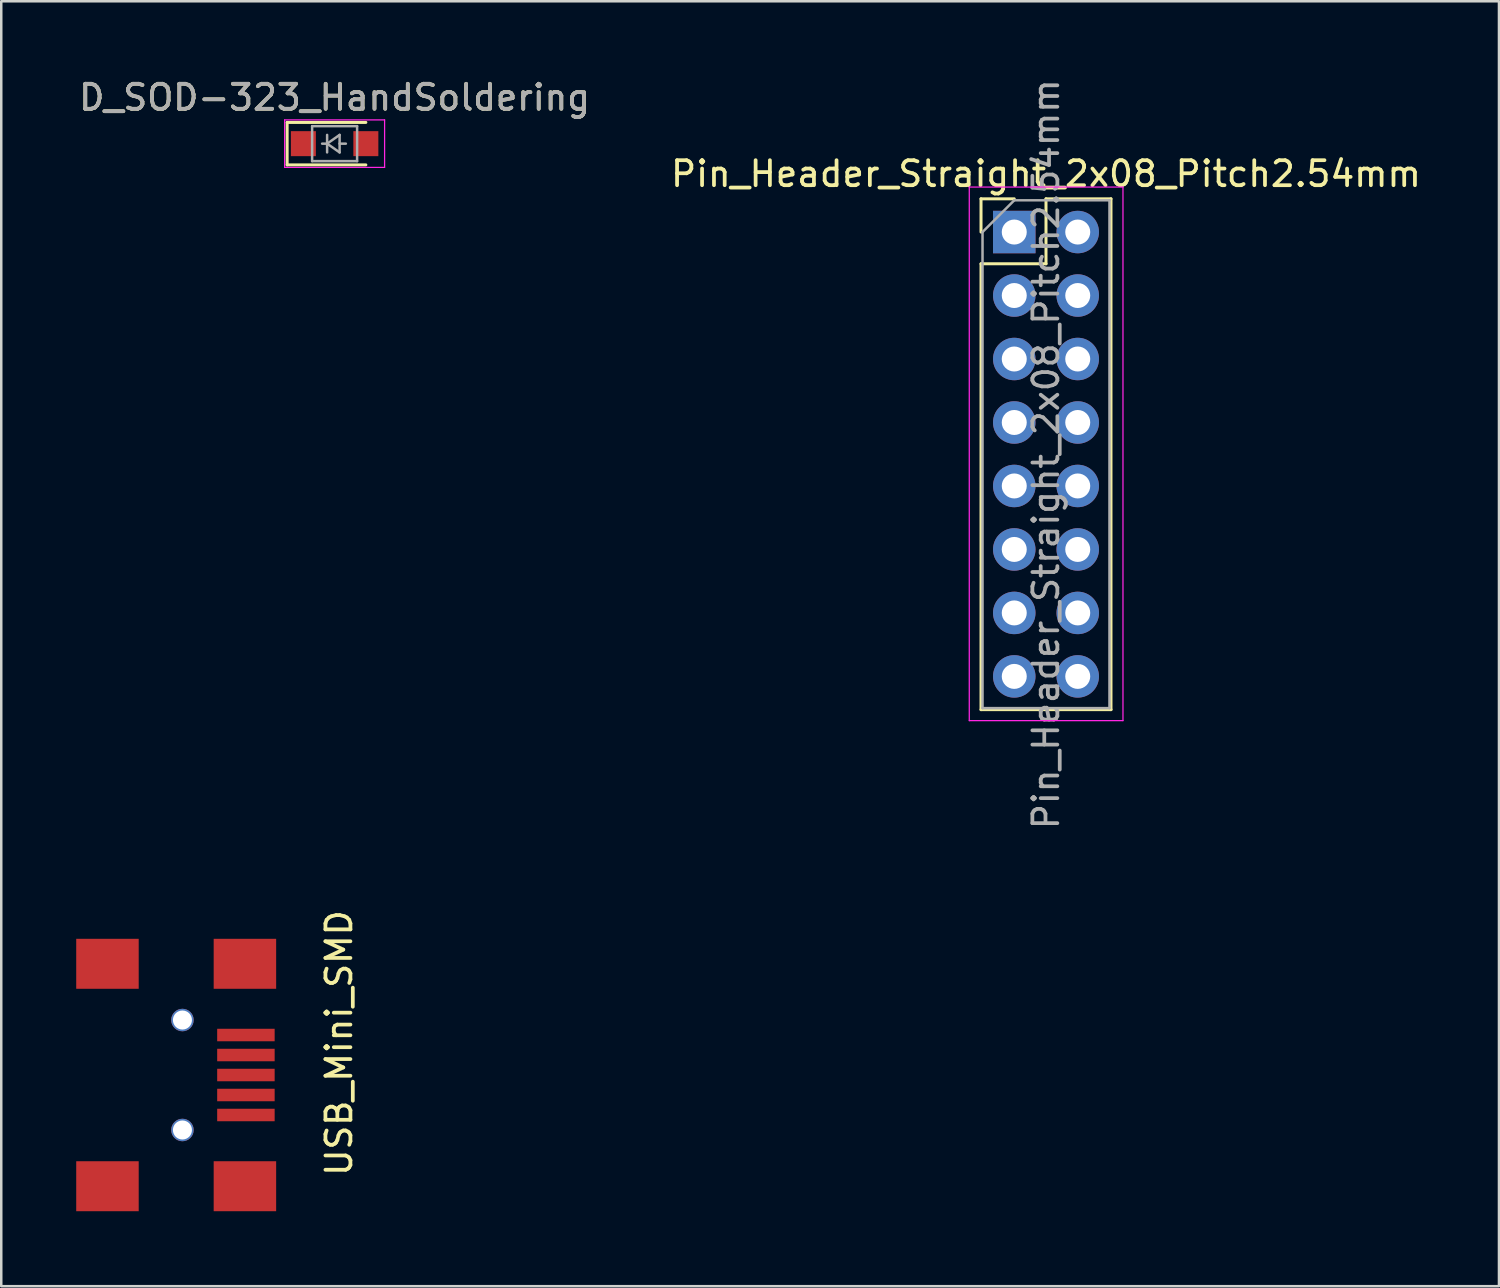
<source format=kicad_pcb>
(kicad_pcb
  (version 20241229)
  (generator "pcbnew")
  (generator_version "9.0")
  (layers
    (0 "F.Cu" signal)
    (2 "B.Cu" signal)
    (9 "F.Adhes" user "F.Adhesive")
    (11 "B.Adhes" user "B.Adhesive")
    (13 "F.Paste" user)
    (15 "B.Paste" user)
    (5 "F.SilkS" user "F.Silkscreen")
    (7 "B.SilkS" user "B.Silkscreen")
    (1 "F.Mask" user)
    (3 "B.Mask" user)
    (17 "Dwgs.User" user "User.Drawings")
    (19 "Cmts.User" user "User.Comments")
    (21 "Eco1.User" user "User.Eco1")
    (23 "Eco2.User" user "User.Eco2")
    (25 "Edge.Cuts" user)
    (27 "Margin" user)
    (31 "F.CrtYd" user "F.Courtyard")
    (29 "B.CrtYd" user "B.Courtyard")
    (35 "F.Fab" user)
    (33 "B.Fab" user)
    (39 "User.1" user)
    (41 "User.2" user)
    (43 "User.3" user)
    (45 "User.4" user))
  (footprint "Pin_Header_Straight_2x08_Pitch2.54mm"
    (layer "F.Cu")
    (at 37.534 6.235)
    (property "Reference" "Pin_Header_Straight_2x08_Pitch2.54mm" (at 1.27 -2.33 0) (layer "F.SilkS") (effects (font (size 1 1) (thickness 0.15))))
    (attr through_hole)
    (fp_line (start -1.33 -1.33) (end 0 -1.33) (stroke (width 0.12) (type solid)) (layer "F.SilkS"))
    (fp_line (start -1.33 0) (end -1.33 -1.33) (stroke (width 0.12) (type solid)) (layer "F.SilkS"))
    (fp_line (start -1.33 1.27) (end -1.33 19.11) (stroke (width 0.12) (type solid)) (layer "F.SilkS"))
    (fp_line (start -1.33 1.27) (end 1.27 1.27) (stroke (width 0.12) (type solid)) (layer "F.SilkS"))
    (fp_line (start -1.33 19.11) (end 3.87 19.11) (stroke (width 0.12) (type solid)) (layer "F.SilkS"))
    (fp_line (start 1.27 -1.33) (end 3.87 -1.33) (stroke (width 0.12) (type solid)) (layer "F.SilkS"))
    (fp_line (start 1.27 1.27) (end 1.27 -1.33) (stroke (width 0.12) (type solid)) (layer "F.SilkS"))
    (fp_line (start 3.87 -1.33) (end 3.87 19.11) (stroke (width 0.12) (type solid)) (layer "F.SilkS"))
    (fp_line (start -1.8 -1.8) (end -1.8 19.55) (stroke (width 0.05) (type solid)) (layer "F.CrtYd"))
    (fp_line (start -1.8 19.55) (end 4.35 19.55) (stroke (width 0.05) (type solid)) (layer "F.CrtYd"))
    (fp_line (start 4.35 -1.8) (end -1.8 -1.8) (stroke (width 0.05) (type solid)) (layer "F.CrtYd"))
    (fp_line (start 4.35 19.55) (end 4.35 -1.8) (stroke (width 0.05) (type solid)) (layer "F.CrtYd"))
    (fp_line (start -1.27 0) (end 0 -1.27) (stroke (width 0.1) (type solid)) (layer "F.Fab"))
    (fp_line (start -1.27 19.05) (end -1.27 0) (stroke (width 0.1) (type solid)) (layer "F.Fab"))
    (fp_line (start 0 -1.27) (end 3.81 -1.27) (stroke (width 0.1) (type solid)) (layer "F.Fab"))
    (fp_line (start 3.81 -1.27) (end 3.81 19.05) (stroke (width 0.1) (type solid)) (layer "F.Fab"))
    (fp_line (start 3.81 19.05) (end -1.27 19.05) (stroke (width 0.1) (type solid)) (layer "F.Fab"))
    (fp_text user "${REFERENCE}" (at 1.27 8.89 90) (layer "F.Fab") (effects (font (size 1 1) (thickness 0.15))))
    (pad "1" thru_hole rect (at 0 0) (size 1.7 1.7) (drill 1) (layers "*.Cu" "*.Mask"))
    (pad "2" thru_hole oval (at 2.54 0) (size 1.7 1.7) (drill 1) (layers "*.Cu" "*.Mask"))
    (pad "3" thru_hole oval (at 0 2.54) (size 1.7 1.7) (drill 1) (layers "*.Cu" "*.Mask"))
    (pad "4" thru_hole oval (at 2.54 2.54) (size 1.7 1.7) (drill 1) (layers "*.Cu" "*.Mask"))
    (pad "5" thru_hole oval (at 0 5.08) (size 1.7 1.7) (drill 1) (layers "*.Cu" "*.Mask"))
    (pad "6" thru_hole oval (at 2.54 5.08) (size 1.7 1.7) (drill 1) (layers "*.Cu" "*.Mask"))
    (pad "7" thru_hole oval (at 0 7.62) (size 1.7 1.7) (drill 1) (layers "*.Cu" "*.Mask"))
    (pad "8" thru_hole oval (at 2.54 7.62) (size 1.7 1.7) (drill 1) (layers "*.Cu" "*.Mask"))
    (pad "9" thru_hole oval (at 0 10.16) (size 1.7 1.7) (drill 1) (layers "*.Cu" "*.Mask"))
    (pad "10" thru_hole oval (at 2.54 10.16) (size 1.7 1.7) (drill 1) (layers "*.Cu" "*.Mask"))
    (pad "11" thru_hole oval (at 0 12.7) (size 1.7 1.7) (drill 1) (layers "*.Cu" "*.Mask"))
    (pad "12" thru_hole oval (at 2.54 12.7) (size 1.7 1.7) (drill 1) (layers "*.Cu" "*.Mask"))
    (pad "13" thru_hole oval (at 0 15.24) (size 1.7 1.7) (drill 1) (layers "*.Cu" "*.Mask"))
    (pad "14" thru_hole oval (at 2.54 15.24) (size 1.7 1.7) (drill 1) (layers "*.Cu" "*.Mask"))
    (pad "15" thru_hole oval (at 0 17.78) (size 1.7 1.7) (drill 1) (layers "*.Cu" "*.Mask"))
    (pad "16" thru_hole oval (at 2.54 17.78) (size 1.7 1.7) (drill 1) (layers "*.Cu" "*.Mask")))
  (footprint "USB_Mini_SMD"
    (layer "F.Cu")
    (at 4.25 39.965)
    (property "Reference" "USB_Mini_SMD" (at 6.267 -1.28 90) (layer "F.SilkS") (effects (font (size 1 1) (thickness 0.15))))
    (attr through_hole)
    (pad "" thru_hole circle (at 0 -2.2) (size 0.9 0.9) (drill 0.762) (layers "*.Cu" "*.Mask"))
    (pad "" thru_hole circle (at 0 2.2) (size 0.9 0.9) (drill 0.762) (layers "*.Cu" "*.Mask"))
    (pad "1" smd rect (at 2.54 -1.6) (size 2.3 0.5) (layers "F.Cu" "F.Mask" "F.Paste"))
    (pad "2" smd rect (at 2.54 -0.8) (size 2.3 0.5) (layers "F.Cu" "F.Mask" "F.Paste"))
    (pad "3" smd rect (at 2.54 0) (size 2.3 0.5) (layers "F.Cu" "F.Mask" "F.Paste"))
    (pad "4" smd rect (at 2.54 0.8) (size 2.3 0.5) (layers "F.Cu" "F.Mask" "F.Paste"))
    (pad "5" smd rect (at 2.54 1.6) (size 2.3 0.5) (layers "F.Cu" "F.Mask" "F.Paste"))
    (pad "6" smd rect (at -3 -4.45) (size 2.5 2) (layers "F.Cu" "F.Mask" "F.Paste"))
    (pad "6" smd rect (at -3 4.45) (size 2.5 2) (layers "F.Cu" "F.Mask" "F.Paste"))
    (pad "6" smd rect (at 2.5 -4.45) (size 2.5 2) (layers "F.Cu" "F.Mask" "F.Paste"))
    (pad "6" smd rect (at 2.5 4.45) (size 2.5 2) (layers "F.Cu" "F.Mask" "F.Paste")))
  (footprint "D_SOD-323_HandSoldering"
    (layer "F.Cu")
    (at 10.339 2.698)
    (property "Reference" "D_SOD-323_HandSoldering" (at 0 -1.85 0) (layer "F.SilkS") (effects (font (size 1 1) (thickness 0.15))))
    (attr smd)
    (fp_line (start -1.9 -0.85) (end -1.9 0.85) (stroke (width 0.12) (type solid)) (layer "F.SilkS"))
    (fp_line (start -1.9 -0.85) (end 1.25 -0.85) (stroke (width 0.12) (type solid)) (layer "F.SilkS"))
    (fp_line (start -1.9 0.85) (end 1.25 0.85) (stroke (width 0.12) (type solid)) (layer "F.SilkS"))
    (fp_line (start -2 -0.95) (end -2 0.95) (stroke (width 0.05) (type solid)) (layer "F.CrtYd"))
    (fp_line (start -2 -0.95) (end 2 -0.95) (stroke (width 0.05) (type solid)) (layer "F.CrtYd"))
    (fp_line (start -2 0.95) (end 2 0.95) (stroke (width 0.05) (type solid)) (layer "F.CrtYd"))
    (fp_line (start 2 -0.95) (end 2 0.95) (stroke (width 0.05) (type solid)) (layer "F.CrtYd"))
    (fp_line (start -0.9 -0.7) (end 0.9 -0.7) (stroke (width 0.1) (type solid)) (layer "F.Fab"))
    (fp_line (start -0.9 0.7) (end -0.9 -0.7) (stroke (width 0.1) (type solid)) (layer "F.Fab"))
    (fp_line (start -0.3 -0.35) (end -0.3 0.35) (stroke (width 0.1) (type solid)) (layer "F.Fab"))
    (fp_line (start -0.3 0) (end -0.5 0) (stroke (width 0.1) (type solid)) (layer "F.Fab"))
    (fp_line (start -0.3 0) (end 0.2 -0.35) (stroke (width 0.1) (type solid)) (layer "F.Fab"))
    (fp_line (start 0.2 -0.35) (end 0.2 0.35) (stroke (width 0.1) (type solid)) (layer "F.Fab"))
    (fp_line (start 0.2 0) (end 0.45 0) (stroke (width 0.1) (type solid)) (layer "F.Fab"))
    (fp_line (start 0.2 0.35) (end -0.3 0) (stroke (width 0.1) (type solid)) (layer "F.Fab"))
    (fp_line (start 0.9 -0.7) (end 0.9 0.7) (stroke (width 0.1) (type solid)) (layer "F.Fab"))
    (fp_line (start 0.9 0.7) (end -0.9 0.7) (stroke (width 0.1) (type solid)) (layer "F.Fab"))
    (fp_text user "${REFERENCE}" (at 0 -1.85 0) (layer "F.Fab") (effects (font (size 1 1) (thickness 0.15))))
    (pad "1" smd rect (at -1.25 0) (size 1 1) (layers "F.Cu" "F.Mask" "F.Paste"))
    (pad "2" smd rect (at 1.25 0) (size 1 1) (layers "F.Cu" "F.Mask" "F.Paste")))
  (gr_rect
    (start -3 -3)
    (end 56.929 48.415)
    (stroke (width 0.1) (type default))
    (fill no)
    (layer "Edge.Cuts")))
</source>
